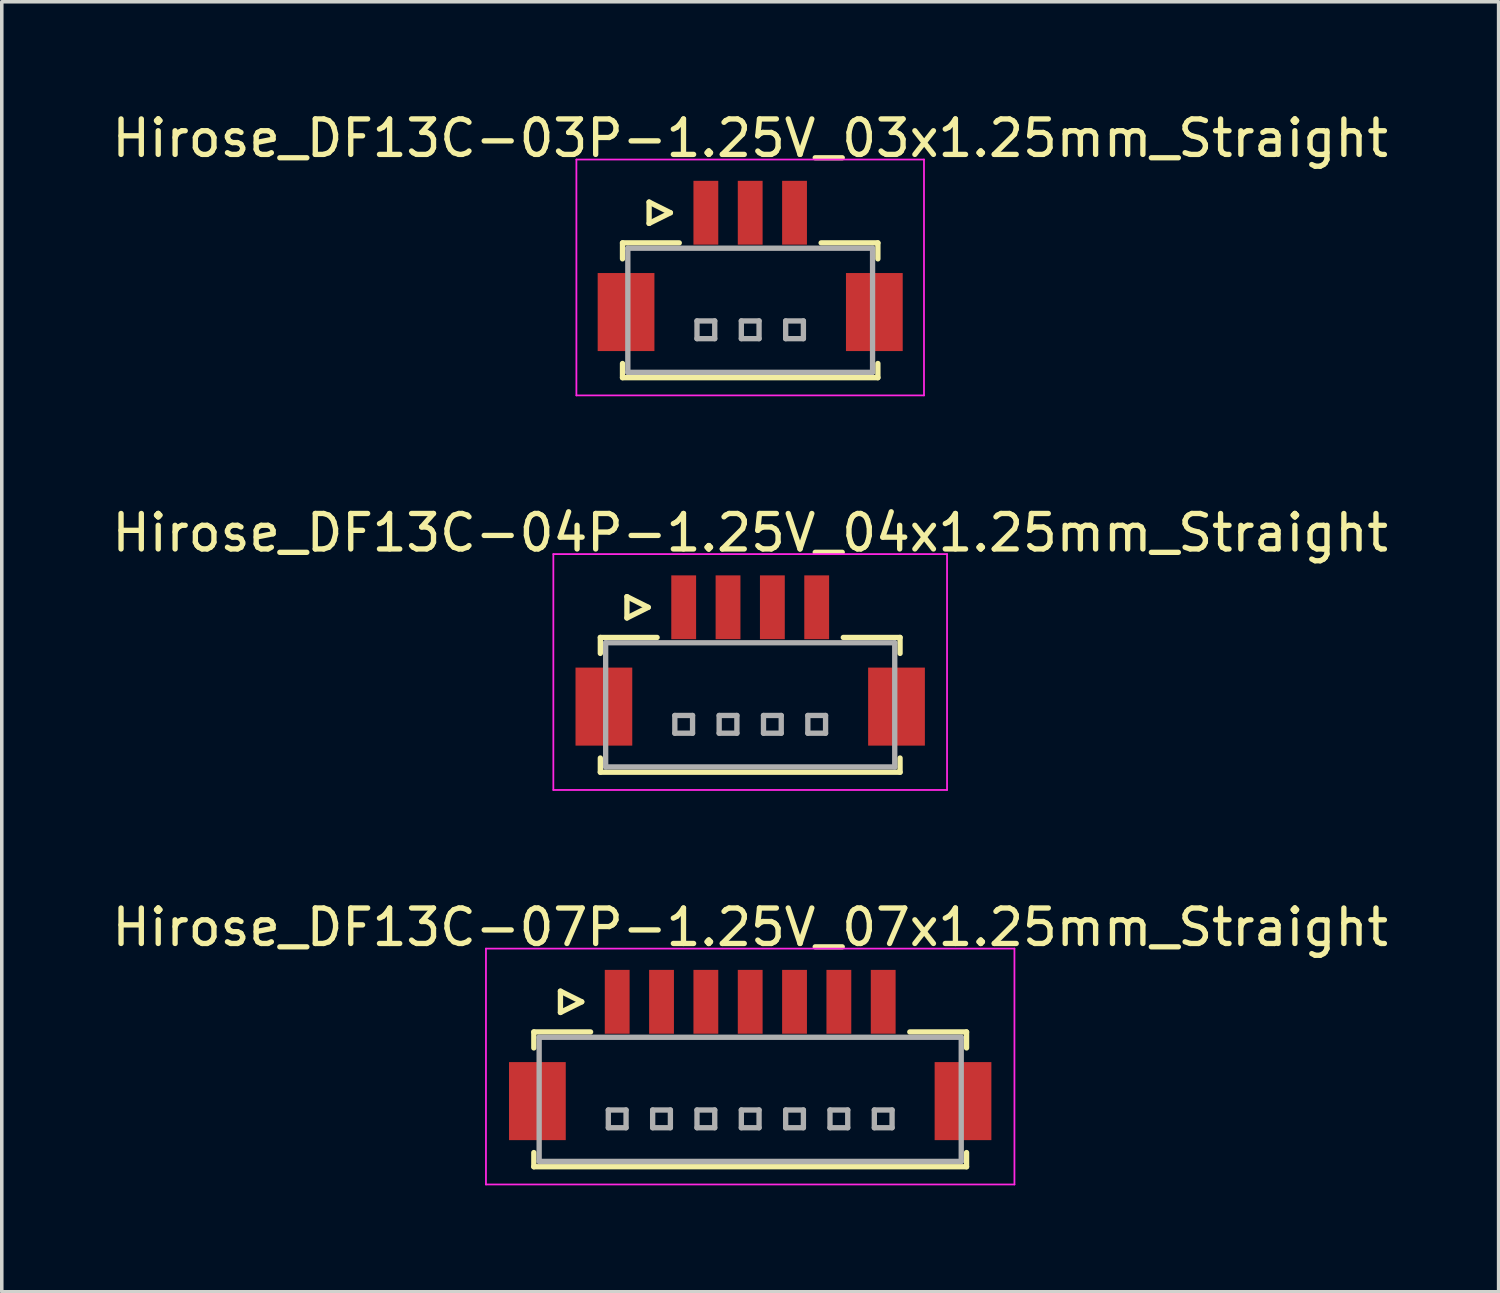
<source format=kicad_pcb>
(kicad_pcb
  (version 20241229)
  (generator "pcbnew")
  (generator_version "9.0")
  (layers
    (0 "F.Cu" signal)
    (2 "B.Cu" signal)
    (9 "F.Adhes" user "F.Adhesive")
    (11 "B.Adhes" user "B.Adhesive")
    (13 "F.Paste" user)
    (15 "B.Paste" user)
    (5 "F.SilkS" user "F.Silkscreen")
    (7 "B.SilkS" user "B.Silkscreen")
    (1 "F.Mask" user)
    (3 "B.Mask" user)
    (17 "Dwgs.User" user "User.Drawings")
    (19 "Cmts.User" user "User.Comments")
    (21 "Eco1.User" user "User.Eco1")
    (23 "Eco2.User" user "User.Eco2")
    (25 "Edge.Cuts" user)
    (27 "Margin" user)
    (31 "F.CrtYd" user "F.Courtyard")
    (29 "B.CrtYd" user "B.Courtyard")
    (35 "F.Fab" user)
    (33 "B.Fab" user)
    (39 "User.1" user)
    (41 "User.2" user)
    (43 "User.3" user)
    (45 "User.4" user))
  (footprint "Hirose_DF13C-04P-1.25V_04x1.25mm_Straight"
    (layer "F.Cu")
    (at 18.101 15.472)
    (property "Reference" "Hirose_DF13C-04P-1.25V_04x1.25mm_Straight" (at 0 -3.5 0) (layer "F.SilkS") (effects (font (size 1 1) (thickness 0.15))))
    (attr smd)
    (fp_line (start -4.225 -0.55) (end -4.225 -0.1) (stroke (width 0.15) (type solid)) (layer "F.SilkS"))
    (fp_line (start -4.225 -0.55) (end -2.625 -0.55) (stroke (width 0.15) (type solid)) (layer "F.SilkS"))
    (fp_line (start -4.225 3.25) (end -4.225 2.85) (stroke (width 0.15) (type solid)) (layer "F.SilkS"))
    (fp_line (start -4.225 3.25) (end 4.225 3.25) (stroke (width 0.15) (type solid)) (layer "F.SilkS"))
    (fp_line (start -3.475 -1.7) (end -3.475 -1.1) (stroke (width 0.15) (type solid)) (layer "F.SilkS"))
    (fp_line (start -3.475 -1.1) (end -2.875 -1.4) (stroke (width 0.15) (type solid)) (layer "F.SilkS"))
    (fp_line (start -2.875 -1.4) (end -3.475 -1.7) (stroke (width 0.15) (type solid)) (layer "F.SilkS"))
    (fp_line (start 4.225 -0.55) (end 2.625 -0.55) (stroke (width 0.15) (type solid)) (layer "F.SilkS"))
    (fp_line (start 4.225 -0.55) (end 4.225 -0.1) (stroke (width 0.15) (type solid)) (layer "F.SilkS"))
    (fp_line (start 4.225 3.25) (end 4.225 2.85) (stroke (width 0.15) (type solid)) (layer "F.SilkS"))
    (fp_line (start -5.55 -2.9) (end -5.55 3.75) (stroke (width 0.05) (type solid)) (layer "F.CrtYd"))
    (fp_line (start -5.55 3.75) (end 5.55 3.75) (stroke (width 0.05) (type solid)) (layer "F.CrtYd"))
    (fp_line (start 5.55 -2.9) (end -5.55 -2.9) (stroke (width 0.05) (type solid)) (layer "F.CrtYd"))
    (fp_line (start 5.55 3.75) (end 5.55 -2.9) (stroke (width 0.05) (type solid)) (layer "F.CrtYd"))
    (fp_line (start -4.075 -0.4) (end -4.075 3.1) (stroke (width 0.15) (type solid)) (layer "F.Fab"))
    (fp_line (start -4.075 3.1) (end 4.075 3.1) (stroke (width 0.15) (type solid)) (layer "F.Fab"))
    (fp_line (start -2.125 1.65) (end -2.125 2.15) (stroke (width 0.15) (type solid)) (layer "F.Fab"))
    (fp_line (start -2.125 2.15) (end -1.625 2.15) (stroke (width 0.15) (type solid)) (layer "F.Fab"))
    (fp_line (start -1.625 1.65) (end -2.125 1.65) (stroke (width 0.15) (type solid)) (layer "F.Fab"))
    (fp_line (start -1.625 2.15) (end -1.625 1.65) (stroke (width 0.15) (type solid)) (layer "F.Fab"))
    (fp_line (start -0.875 1.65) (end -0.875 2.15) (stroke (width 0.15) (type solid)) (layer "F.Fab"))
    (fp_line (start -0.875 2.15) (end -0.375 2.15) (stroke (width 0.15) (type solid)) (layer "F.Fab"))
    (fp_line (start -0.375 1.65) (end -0.875 1.65) (stroke (width 0.15) (type solid)) (layer "F.Fab"))
    (fp_line (start -0.375 2.15) (end -0.375 1.65) (stroke (width 0.15) (type solid)) (layer "F.Fab"))
    (fp_line (start 0.375 1.65) (end 0.375 2.15) (stroke (width 0.15) (type solid)) (layer "F.Fab"))
    (fp_line (start 0.375 2.15) (end 0.875 2.15) (stroke (width 0.15) (type solid)) (layer "F.Fab"))
    (fp_line (start 0.875 1.65) (end 0.375 1.65) (stroke (width 0.15) (type solid)) (layer "F.Fab"))
    (fp_line (start 0.875 2.15) (end 0.875 1.65) (stroke (width 0.15) (type solid)) (layer "F.Fab"))
    (fp_line (start 1.625 1.65) (end 1.625 2.15) (stroke (width 0.15) (type solid)) (layer "F.Fab"))
    (fp_line (start 1.625 2.15) (end 2.125 2.15) (stroke (width 0.15) (type solid)) (layer "F.Fab"))
    (fp_line (start 2.125 1.65) (end 1.625 1.65) (stroke (width 0.15) (type solid)) (layer "F.Fab"))
    (fp_line (start 2.125 2.15) (end 2.125 1.65) (stroke (width 0.15) (type solid)) (layer "F.Fab"))
    (fp_line (start 4.075 -0.4) (end -4.075 -0.4) (stroke (width 0.15) (type solid)) (layer "F.Fab"))
    (fp_line (start 4.075 3.1) (end 4.075 -0.4) (stroke (width 0.15) (type solid)) (layer "F.Fab"))
    (pad "" smd rect (at -4.125 1.4) (size 1.6 2.2) (layers "F.Cu" "F.Mask" "F.Paste"))
    (pad "" smd rect (at 4.125 1.4) (size 1.6 2.2) (layers "F.Cu" "F.Mask" "F.Paste"))
    (pad "1" smd rect (at -1.875 -1.4) (size 0.7 1.8) (layers "F.Cu" "F.Mask" "F.Paste"))
    (pad "2" smd rect (at -0.625 -1.4) (size 0.7 1.8) (layers "F.Cu" "F.Mask" "F.Paste"))
    (pad "3" smd rect (at 0.625 -1.4) (size 0.7 1.8) (layers "F.Cu" "F.Mask" "F.Paste"))
    (pad "4" smd rect (at 1.875 -1.4) (size 0.7 1.8) (layers "F.Cu" "F.Mask" "F.Paste")))
  (footprint "Hirose_DF13C-03P-1.25V_03x1.25mm_Straight"
    (layer "F.Cu")
    (at 18.101 4.348)
    (property "Reference" "Hirose_DF13C-03P-1.25V_03x1.25mm_Straight" (at 0 -3.5 0) (layer "F.SilkS") (effects (font (size 1 1) (thickness 0.15))))
    (attr smd)
    (fp_line (start -3.6 -0.55) (end -3.6 -0.1) (stroke (width 0.15) (type solid)) (layer "F.SilkS"))
    (fp_line (start -3.6 -0.55) (end -2 -0.55) (stroke (width 0.15) (type solid)) (layer "F.SilkS"))
    (fp_line (start -3.6 3.25) (end -3.6 2.85) (stroke (width 0.15) (type solid)) (layer "F.SilkS"))
    (fp_line (start -3.6 3.25) (end 3.6 3.25) (stroke (width 0.15) (type solid)) (layer "F.SilkS"))
    (fp_line (start -2.85 -1.7) (end -2.85 -1.1) (stroke (width 0.15) (type solid)) (layer "F.SilkS"))
    (fp_line (start -2.85 -1.1) (end -2.25 -1.4) (stroke (width 0.15) (type solid)) (layer "F.SilkS"))
    (fp_line (start -2.25 -1.4) (end -2.85 -1.7) (stroke (width 0.15) (type solid)) (layer "F.SilkS"))
    (fp_line (start 3.6 -0.55) (end 2 -0.55) (stroke (width 0.15) (type solid)) (layer "F.SilkS"))
    (fp_line (start 3.6 -0.55) (end 3.6 -0.1) (stroke (width 0.15) (type solid)) (layer "F.SilkS"))
    (fp_line (start 3.6 3.25) (end 3.6 2.85) (stroke (width 0.15) (type solid)) (layer "F.SilkS"))
    (fp_line (start -4.9 -2.9) (end -4.9 3.75) (stroke (width 0.05) (type solid)) (layer "F.CrtYd"))
    (fp_line (start -4.9 3.75) (end 4.9 3.75) (stroke (width 0.05) (type solid)) (layer "F.CrtYd"))
    (fp_line (start 4.9 -2.9) (end -4.9 -2.9) (stroke (width 0.05) (type solid)) (layer "F.CrtYd"))
    (fp_line (start 4.9 3.75) (end 4.9 -2.9) (stroke (width 0.05) (type solid)) (layer "F.CrtYd"))
    (fp_line (start -3.45 -0.4) (end -3.45 3.1) (stroke (width 0.15) (type solid)) (layer "F.Fab"))
    (fp_line (start -3.45 3.1) (end 3.45 3.1) (stroke (width 0.15) (type solid)) (layer "F.Fab"))
    (fp_line (start -1.5 1.65) (end -1.5 2.15) (stroke (width 0.15) (type solid)) (layer "F.Fab"))
    (fp_line (start -1.5 2.15) (end -1 2.15) (stroke (width 0.15) (type solid)) (layer "F.Fab"))
    (fp_line (start -1 1.65) (end -1.5 1.65) (stroke (width 0.15) (type solid)) (layer "F.Fab"))
    (fp_line (start -1 2.15) (end -1 1.65) (stroke (width 0.15) (type solid)) (layer "F.Fab"))
    (fp_line (start -0.25 1.65) (end -0.25 2.15) (stroke (width 0.15) (type solid)) (layer "F.Fab"))
    (fp_line (start -0.25 2.15) (end 0.25 2.15) (stroke (width 0.15) (type solid)) (layer "F.Fab"))
    (fp_line (start 0.25 1.65) (end -0.25 1.65) (stroke (width 0.15) (type solid)) (layer "F.Fab"))
    (fp_line (start 0.25 2.15) (end 0.25 1.65) (stroke (width 0.15) (type solid)) (layer "F.Fab"))
    (fp_line (start 1 1.65) (end 1 2.15) (stroke (width 0.15) (type solid)) (layer "F.Fab"))
    (fp_line (start 1 2.15) (end 1.5 2.15) (stroke (width 0.15) (type solid)) (layer "F.Fab"))
    (fp_line (start 1.5 1.65) (end 1 1.65) (stroke (width 0.15) (type solid)) (layer "F.Fab"))
    (fp_line (start 1.5 2.15) (end 1.5 1.65) (stroke (width 0.15) (type solid)) (layer "F.Fab"))
    (fp_line (start 3.45 -0.4) (end -3.45 -0.4) (stroke (width 0.15) (type solid)) (layer "F.Fab"))
    (fp_line (start 3.45 3.1) (end 3.45 -0.4) (stroke (width 0.15) (type solid)) (layer "F.Fab"))
    (pad "" smd rect (at -3.5 1.4) (size 1.6 2.2) (layers "F.Cu" "F.Mask" "F.Paste"))
    (pad "" smd rect (at 3.5 1.4) (size 1.6 2.2) (layers "F.Cu" "F.Mask" "F.Paste"))
    (pad "1" smd rect (at -1.25 -1.4) (size 0.7 1.8) (layers "F.Cu" "F.Mask" "F.Paste"))
    (pad "2" smd rect (at 0 -1.4) (size 0.7 1.8) (layers "F.Cu" "F.Mask" "F.Paste"))
    (pad "3" smd rect (at 1.25 -1.4) (size 0.7 1.8) (layers "F.Cu" "F.Mask" "F.Paste")))
  (footprint "Hirose_DF13C-07P-1.25V_07x1.25mm_Straight"
    (layer "F.Cu")
    (at 18.101 26.595)
    (property "Reference" "Hirose_DF13C-07P-1.25V_07x1.25mm_Straight" (at 0 -3.5 0) (layer "F.SilkS") (effects (font (size 1 1) (thickness 0.15))))
    (attr smd)
    (fp_line (start -6.1 -0.55) (end -6.1 -0.1) (stroke (width 0.15) (type solid)) (layer "F.SilkS"))
    (fp_line (start -6.1 -0.55) (end -4.5 -0.55) (stroke (width 0.15) (type solid)) (layer "F.SilkS"))
    (fp_line (start -6.1 3.25) (end -6.1 2.85) (stroke (width 0.15) (type solid)) (layer "F.SilkS"))
    (fp_line (start -6.1 3.25) (end 6.1 3.25) (stroke (width 0.15) (type solid)) (layer "F.SilkS"))
    (fp_line (start -5.35 -1.7) (end -5.35 -1.1) (stroke (width 0.15) (type solid)) (layer "F.SilkS"))
    (fp_line (start -5.35 -1.1) (end -4.75 -1.4) (stroke (width 0.15) (type solid)) (layer "F.SilkS"))
    (fp_line (start -4.75 -1.4) (end -5.35 -1.7) (stroke (width 0.15) (type solid)) (layer "F.SilkS"))
    (fp_line (start 6.1 -0.55) (end 4.5 -0.55) (stroke (width 0.15) (type solid)) (layer "F.SilkS"))
    (fp_line (start 6.1 -0.55) (end 6.1 -0.1) (stroke (width 0.15) (type solid)) (layer "F.SilkS"))
    (fp_line (start 6.1 3.25) (end 6.1 2.85) (stroke (width 0.15) (type solid)) (layer "F.SilkS"))
    (fp_line (start -7.45 -2.9) (end -7.45 3.75) (stroke (width 0.05) (type solid)) (layer "F.CrtYd"))
    (fp_line (start -7.45 3.75) (end 7.45 3.75) (stroke (width 0.05) (type solid)) (layer "F.CrtYd"))
    (fp_line (start 7.45 -2.9) (end -7.45 -2.9) (stroke (width 0.05) (type solid)) (layer "F.CrtYd"))
    (fp_line (start 7.45 3.75) (end 7.45 -2.9) (stroke (width 0.05) (type solid)) (layer "F.CrtYd"))
    (fp_line (start -5.95 -0.4) (end -5.95 3.1) (stroke (width 0.15) (type solid)) (layer "F.Fab"))
    (fp_line (start -5.95 3.1) (end 5.95 3.1) (stroke (width 0.15) (type solid)) (layer "F.Fab"))
    (fp_line (start -4 1.65) (end -4 2.15) (stroke (width 0.15) (type solid)) (layer "F.Fab"))
    (fp_line (start -4 2.15) (end -3.5 2.15) (stroke (width 0.15) (type solid)) (layer "F.Fab"))
    (fp_line (start -3.5 1.65) (end -4 1.65) (stroke (width 0.15) (type solid)) (layer "F.Fab"))
    (fp_line (start -3.5 2.15) (end -3.5 1.65) (stroke (width 0.15) (type solid)) (layer "F.Fab"))
    (fp_line (start -2.75 1.65) (end -2.75 2.15) (stroke (width 0.15) (type solid)) (layer "F.Fab"))
    (fp_line (start -2.75 2.15) (end -2.25 2.15) (stroke (width 0.15) (type solid)) (layer "F.Fab"))
    (fp_line (start -2.25 1.65) (end -2.75 1.65) (stroke (width 0.15) (type solid)) (layer "F.Fab"))
    (fp_line (start -2.25 2.15) (end -2.25 1.65) (stroke (width 0.15) (type solid)) (layer "F.Fab"))
    (fp_line (start -1.5 1.65) (end -1.5 2.15) (stroke (width 0.15) (type solid)) (layer "F.Fab"))
    (fp_line (start -1.5 2.15) (end -1 2.15) (stroke (width 0.15) (type solid)) (layer "F.Fab"))
    (fp_line (start -1 1.65) (end -1.5 1.65) (stroke (width 0.15) (type solid)) (layer "F.Fab"))
    (fp_line (start -1 2.15) (end -1 1.65) (stroke (width 0.15) (type solid)) (layer "F.Fab"))
    (fp_line (start -0.25 1.65) (end -0.25 2.15) (stroke (width 0.15) (type solid)) (layer "F.Fab"))
    (fp_line (start -0.25 2.15) (end 0.25 2.15) (stroke (width 0.15) (type solid)) (layer "F.Fab"))
    (fp_line (start 0.25 1.65) (end -0.25 1.65) (stroke (width 0.15) (type solid)) (layer "F.Fab"))
    (fp_line (start 0.25 2.15) (end 0.25 1.65) (stroke (width 0.15) (type solid)) (layer "F.Fab"))
    (fp_line (start 1 1.65) (end 1 2.15) (stroke (width 0.15) (type solid)) (layer "F.Fab"))
    (fp_line (start 1 2.15) (end 1.5 2.15) (stroke (width 0.15) (type solid)) (layer "F.Fab"))
    (fp_line (start 1.5 1.65) (end 1 1.65) (stroke (width 0.15) (type solid)) (layer "F.Fab"))
    (fp_line (start 1.5 2.15) (end 1.5 1.65) (stroke (width 0.15) (type solid)) (layer "F.Fab"))
    (fp_line (start 2.25 1.65) (end 2.25 2.15) (stroke (width 0.15) (type solid)) (layer "F.Fab"))
    (fp_line (start 2.25 2.15) (end 2.75 2.15) (stroke (width 0.15) (type solid)) (layer "F.Fab"))
    (fp_line (start 2.75 1.65) (end 2.25 1.65) (stroke (width 0.15) (type solid)) (layer "F.Fab"))
    (fp_line (start 2.75 2.15) (end 2.75 1.65) (stroke (width 0.15) (type solid)) (layer "F.Fab"))
    (fp_line (start 3.5 1.65) (end 3.5 2.15) (stroke (width 0.15) (type solid)) (layer "F.Fab"))
    (fp_line (start 3.5 2.15) (end 4 2.15) (stroke (width 0.15) (type solid)) (layer "F.Fab"))
    (fp_line (start 4 1.65) (end 3.5 1.65) (stroke (width 0.15) (type solid)) (layer "F.Fab"))
    (fp_line (start 4 2.15) (end 4 1.65) (stroke (width 0.15) (type solid)) (layer "F.Fab"))
    (fp_line (start 5.95 -0.4) (end -5.95 -0.4) (stroke (width 0.15) (type solid)) (layer "F.Fab"))
    (fp_line (start 5.95 3.1) (end 5.95 -0.4) (stroke (width 0.15) (type solid)) (layer "F.Fab"))
    (pad "" smd rect (at -6 1.4) (size 1.6 2.2) (layers "F.Cu" "F.Mask" "F.Paste"))
    (pad "" smd rect (at 6 1.4) (size 1.6 2.2) (layers "F.Cu" "F.Mask" "F.Paste"))
    (pad "1" smd rect (at -3.75 -1.4) (size 0.7 1.8) (layers "F.Cu" "F.Mask" "F.Paste"))
    (pad "2" smd rect (at -2.5 -1.4) (size 0.7 1.8) (layers "F.Cu" "F.Mask" "F.Paste"))
    (pad "3" smd rect (at -1.25 -1.4) (size 0.7 1.8) (layers "F.Cu" "F.Mask" "F.Paste"))
    (pad "4" smd rect (at 0 -1.4) (size 0.7 1.8) (layers "F.Cu" "F.Mask" "F.Paste"))
    (pad "5" smd rect (at 1.25 -1.4) (size 0.7 1.8) (layers "F.Cu" "F.Mask" "F.Paste"))
    (pad "6" smd rect (at 2.5 -1.4) (size 0.7 1.8) (layers "F.Cu" "F.Mask" "F.Paste"))
    (pad "7" smd rect (at 3.75 -1.4) (size 0.7 1.8) (layers "F.Cu" "F.Mask" "F.Paste")))
  (gr_rect
    (start -3 -3)
    (end 39.202 33.37)
    (stroke (width 0.1) (type default))
    (fill no)
    (layer "Edge.Cuts")))
</source>
